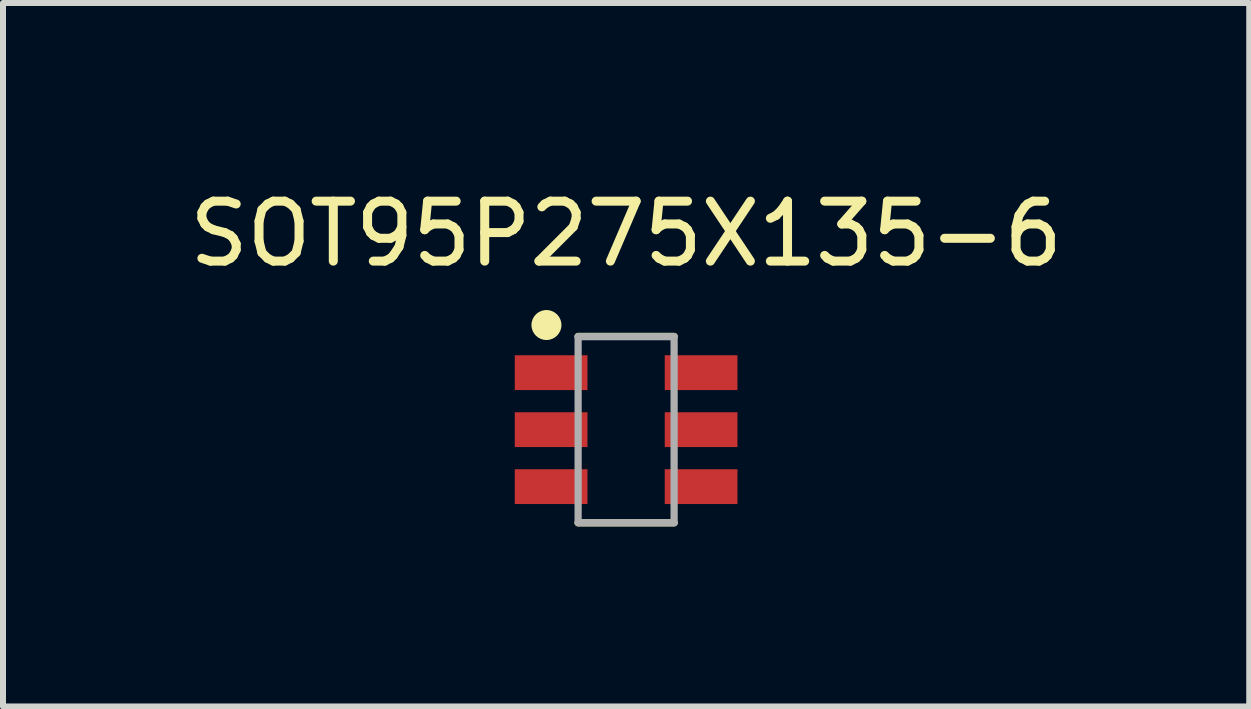
<source format=kicad_pcb>
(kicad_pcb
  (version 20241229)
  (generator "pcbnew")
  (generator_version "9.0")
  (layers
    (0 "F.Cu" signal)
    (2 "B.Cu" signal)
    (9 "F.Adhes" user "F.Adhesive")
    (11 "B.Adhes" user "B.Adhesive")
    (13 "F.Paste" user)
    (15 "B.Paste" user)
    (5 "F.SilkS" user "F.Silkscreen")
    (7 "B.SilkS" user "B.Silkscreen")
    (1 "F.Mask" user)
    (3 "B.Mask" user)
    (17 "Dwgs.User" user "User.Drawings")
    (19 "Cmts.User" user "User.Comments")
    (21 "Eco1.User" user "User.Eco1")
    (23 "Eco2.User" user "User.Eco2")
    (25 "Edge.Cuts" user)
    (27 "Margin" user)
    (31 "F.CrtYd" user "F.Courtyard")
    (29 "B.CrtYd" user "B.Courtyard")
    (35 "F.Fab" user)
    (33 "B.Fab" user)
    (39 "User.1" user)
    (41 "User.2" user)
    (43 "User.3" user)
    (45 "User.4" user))
  (footprint "SOT95P275X135-6"
    (layer "F.Cu")
    (at 7.387 4.112)
    (property "Reference" "SOT95P275X135-6" (at 0 -3.264 0) (layer "F.SilkS") (effects (font (size 1 1) (thickness 0.15))))
    (attr through_hole)
    (fp_line (start -0.8 -1.554) (end 0.8 -1.554) (stroke (width 0.12) (type solid)) (layer "F.SilkS"))
    (fp_line (start -0.8 1.554) (end 0.8 1.554) (stroke (width 0.12) (type solid)) (layer "F.SilkS"))
    (fp_circle (center -1.328 -1.744) (end -1.078 -1.744) (stroke (width 0) (type solid)) (fill yes) (layer "F.SilkS"))
    (fp_line (start -0.8 -1.55) (end 0.8 -1.55) (stroke (width 0.12) (type solid)) (layer "F.Fab"))
    (fp_line (start -0.8 1.55) (end -0.8 -1.55) (stroke (width 0.12) (type solid)) (layer "F.Fab"))
    (fp_line (start 0.8 -1.55) (end 0.8 1.55) (stroke (width 0.12) (type solid)) (layer "F.Fab"))
    (fp_line (start 0.8 1.55) (end -0.8 1.55) (stroke (width 0.12) (type solid)) (layer "F.Fab"))
    (pad "1" smd rect (at -1.25 -0.95) (size 1.212 0.58) (layers "F.Cu" "F.Mask" "F.Paste"))
    (pad "2" smd rect (at -1.25 0) (size 1.212 0.58) (layers "F.Cu" "F.Mask" "F.Paste"))
    (pad "3" smd rect (at -1.25 0.95) (size 1.212 0.58) (layers "F.Cu" "F.Mask" "F.Paste"))
    (pad "4" smd rect (at 1.25 0.95) (size 1.212 0.58) (layers "F.Cu" "F.Mask" "F.Paste"))
    (pad "5" smd rect (at 1.25 0) (size 1.212 0.58) (layers "F.Cu" "F.Mask" "F.Paste"))
    (pad "6" smd rect (at 1.25 -0.95) (size 1.212 0.58) (layers "F.Cu" "F.Mask" "F.Paste")))
  (gr_rect
    (start -3 -3)
    (end 17.774 8.726)
    (stroke (width 0.1) (type default))
    (fill no)
    (layer "Edge.Cuts")))
</source>
